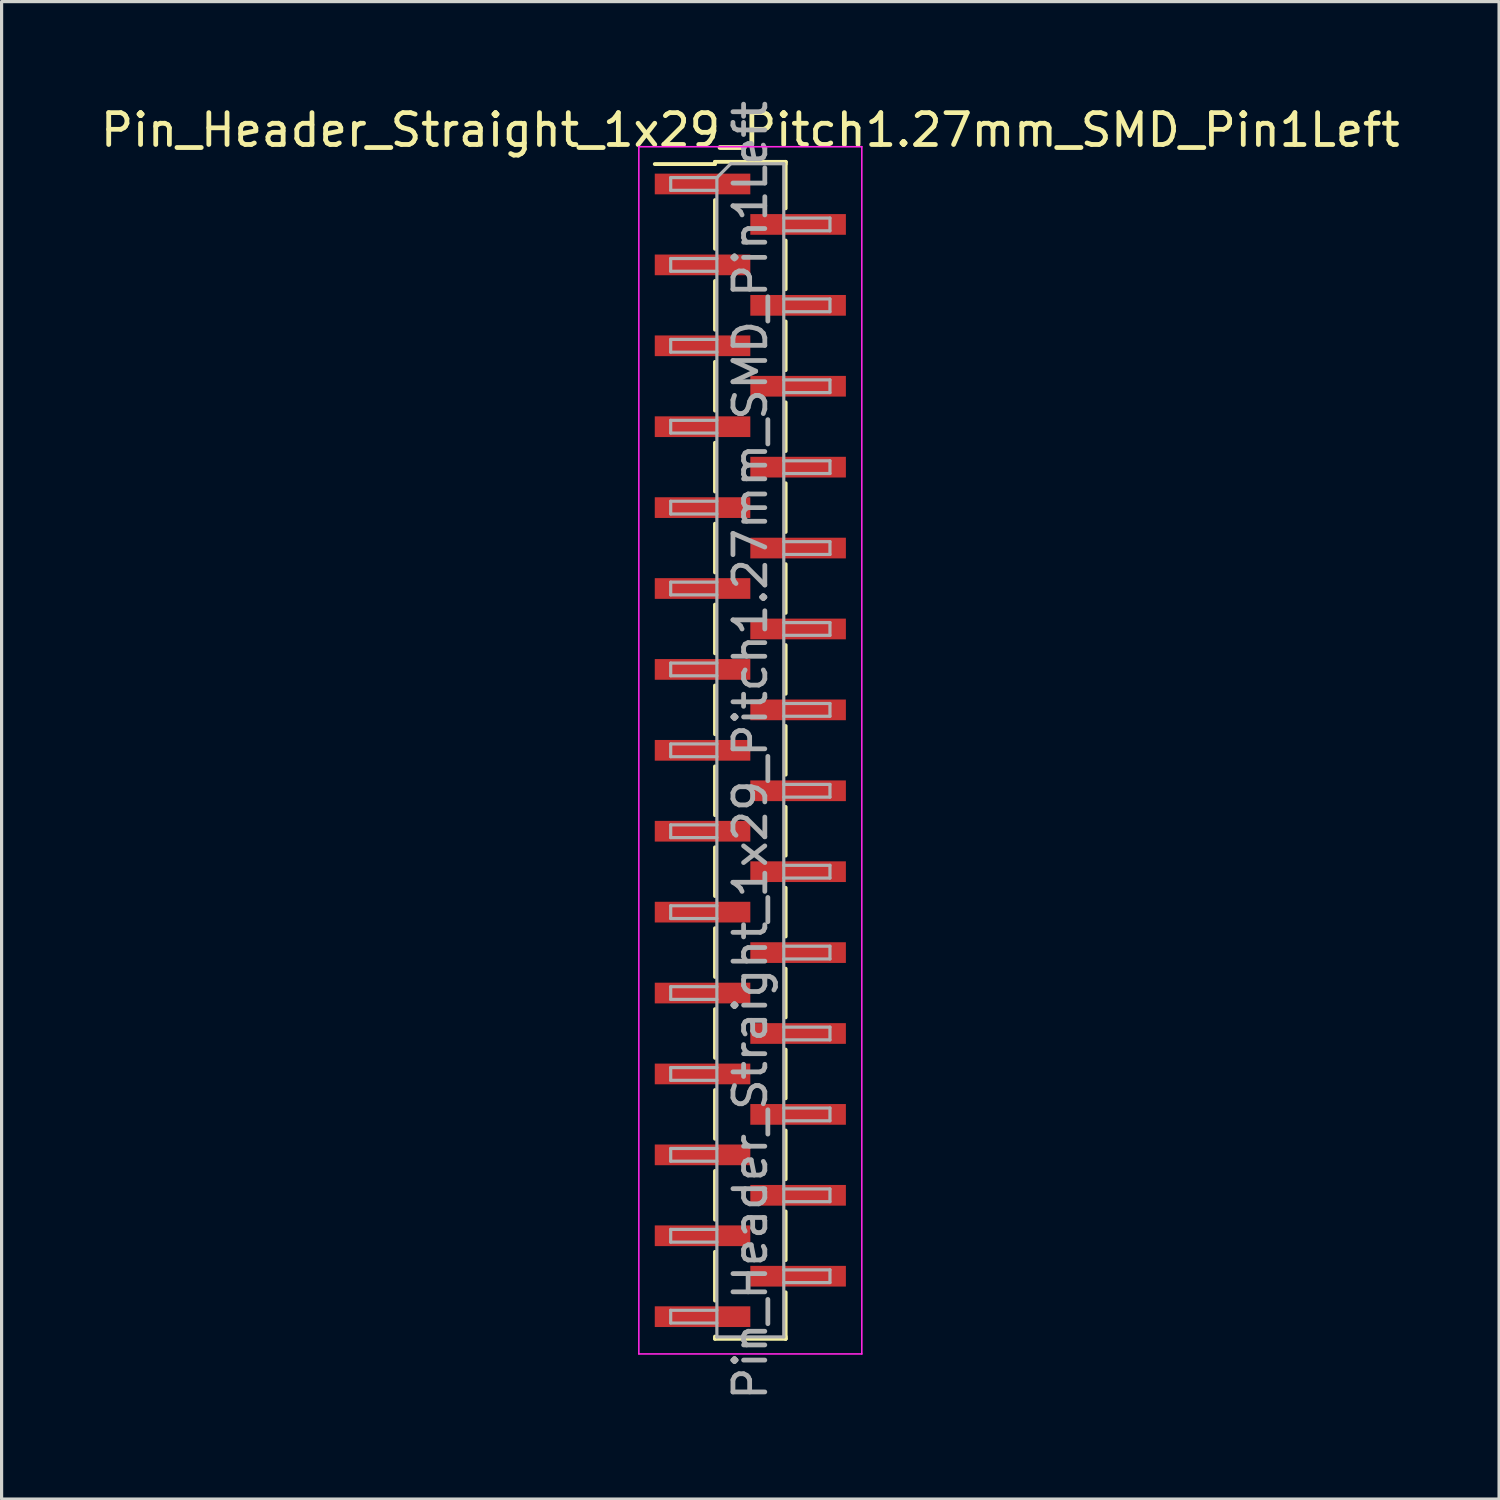
<source format=kicad_pcb>
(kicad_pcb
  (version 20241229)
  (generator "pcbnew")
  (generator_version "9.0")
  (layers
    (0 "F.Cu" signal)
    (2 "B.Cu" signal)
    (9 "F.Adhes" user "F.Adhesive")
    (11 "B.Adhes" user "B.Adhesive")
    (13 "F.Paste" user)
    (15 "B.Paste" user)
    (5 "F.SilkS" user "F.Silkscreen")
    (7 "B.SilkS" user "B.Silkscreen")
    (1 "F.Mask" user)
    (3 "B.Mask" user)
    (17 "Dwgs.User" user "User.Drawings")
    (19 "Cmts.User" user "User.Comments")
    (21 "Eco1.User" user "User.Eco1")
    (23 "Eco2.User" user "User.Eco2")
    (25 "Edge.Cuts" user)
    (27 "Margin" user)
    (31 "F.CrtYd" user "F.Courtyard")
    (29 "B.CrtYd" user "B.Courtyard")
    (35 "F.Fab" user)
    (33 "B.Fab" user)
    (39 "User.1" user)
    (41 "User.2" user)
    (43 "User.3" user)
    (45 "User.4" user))
  (footprint "Pin_Header_Straight_1x29_Pitch1.27mm_SMD_Pin1Left"
    (layer "F.Cu")
    (at 20.506 20.506)
    (property "Reference" "Pin_Header_Straight_1x29_Pitch1.27mm_SMD_Pin1Left" (at 0 -19.475 0) (layer "F.SilkS") (effects (font (size 1 1) (thickness 0.15))))
    (attr smd)
    (fp_line (start -1.11 -18.475) (end 1.11 -18.475) (stroke (width 0.12) (type solid)) (layer "F.SilkS"))
    (fp_line (start -1.11 -18.405) (end -3 -18.405) (stroke (width 0.12) (type solid)) (layer "F.SilkS"))
    (fp_line (start -1.11 -18.405) (end -1.11 -18.475) (stroke (width 0.12) (type solid)) (layer "F.SilkS"))
    (fp_line (start -1.11 -17.275) (end -1.11 -15.745) (stroke (width 0.12) (type solid)) (layer "F.SilkS"))
    (fp_line (start -1.11 -14.735) (end -1.11 -13.205) (stroke (width 0.12) (type solid)) (layer "F.SilkS"))
    (fp_line (start -1.11 -12.195) (end -1.11 -10.665) (stroke (width 0.12) (type solid)) (layer "F.SilkS"))
    (fp_line (start -1.11 -9.655) (end -1.11 -8.125) (stroke (width 0.12) (type solid)) (layer "F.SilkS"))
    (fp_line (start -1.11 -7.115) (end -1.11 -5.585) (stroke (width 0.12) (type solid)) (layer "F.SilkS"))
    (fp_line (start -1.11 -4.575) (end -1.11 -3.045) (stroke (width 0.12) (type solid)) (layer "F.SilkS"))
    (fp_line (start -1.11 -2.035) (end -1.11 -0.505) (stroke (width 0.12) (type solid)) (layer "F.SilkS"))
    (fp_line (start -1.11 0.505) (end -1.11 2.035) (stroke (width 0.12) (type solid)) (layer "F.SilkS"))
    (fp_line (start -1.11 3.045) (end -1.11 4.575) (stroke (width 0.12) (type solid)) (layer "F.SilkS"))
    (fp_line (start -1.11 5.585) (end -1.11 7.115) (stroke (width 0.12) (type solid)) (layer "F.SilkS"))
    (fp_line (start -1.11 8.125) (end -1.11 9.655) (stroke (width 0.12) (type solid)) (layer "F.SilkS"))
    (fp_line (start -1.11 10.665) (end -1.11 12.195) (stroke (width 0.12) (type solid)) (layer "F.SilkS"))
    (fp_line (start -1.11 13.205) (end -1.11 14.735) (stroke (width 0.12) (type solid)) (layer "F.SilkS"))
    (fp_line (start -1.11 15.745) (end -1.11 17.275) (stroke (width 0.12) (type solid)) (layer "F.SilkS"))
    (fp_line (start -1.11 18.405) (end -1.11 18.475) (stroke (width 0.12) (type solid)) (layer "F.SilkS"))
    (fp_line (start -1.11 18.475) (end 1.11 18.475) (stroke (width 0.12) (type solid)) (layer "F.SilkS"))
    (fp_line (start 1.11 -18.475) (end 1.11 -18.405) (stroke (width 0.12) (type solid)) (layer "F.SilkS"))
    (fp_line (start 1.11 -18.475) (end 1.11 -17.015) (stroke (width 0.12) (type solid)) (layer "F.SilkS"))
    (fp_line (start 1.11 -16.005) (end 1.11 -14.475) (stroke (width 0.12) (type solid)) (layer "F.SilkS"))
    (fp_line (start 1.11 -13.465) (end 1.11 -11.935) (stroke (width 0.12) (type solid)) (layer "F.SilkS"))
    (fp_line (start 1.11 -10.925) (end 1.11 -9.395) (stroke (width 0.12) (type solid)) (layer "F.SilkS"))
    (fp_line (start 1.11 -8.385) (end 1.11 -6.855) (stroke (width 0.12) (type solid)) (layer "F.SilkS"))
    (fp_line (start 1.11 -5.845) (end 1.11 -4.315) (stroke (width 0.12) (type solid)) (layer "F.SilkS"))
    (fp_line (start 1.11 -3.305) (end 1.11 -1.775) (stroke (width 0.12) (type solid)) (layer "F.SilkS"))
    (fp_line (start 1.11 -0.765) (end 1.11 0.765) (stroke (width 0.12) (type solid)) (layer "F.SilkS"))
    (fp_line (start 1.11 1.775) (end 1.11 3.305) (stroke (width 0.12) (type solid)) (layer "F.SilkS"))
    (fp_line (start 1.11 4.315) (end 1.11 5.845) (stroke (width 0.12) (type solid)) (layer "F.SilkS"))
    (fp_line (start 1.11 6.855) (end 1.11 8.385) (stroke (width 0.12) (type solid)) (layer "F.SilkS"))
    (fp_line (start 1.11 9.395) (end 1.11 10.925) (stroke (width 0.12) (type solid)) (layer "F.SilkS"))
    (fp_line (start 1.11 11.935) (end 1.11 13.465) (stroke (width 0.12) (type solid)) (layer "F.SilkS"))
    (fp_line (start 1.11 14.475) (end 1.11 16.005) (stroke (width 0.12) (type solid)) (layer "F.SilkS"))
    (fp_line (start 1.11 17.015) (end 1.11 18.475) (stroke (width 0.12) (type solid)) (layer "F.SilkS"))
    (fp_line (start 1.11 18.475) (end 1.11 18.405) (stroke (width 0.12) (type solid)) (layer "F.SilkS"))
    (fp_line (start -3.5 -18.95) (end -3.5 18.95) (stroke (width 0.05) (type solid)) (layer "F.CrtYd"))
    (fp_line (start -3.5 18.95) (end 3.5 18.95) (stroke (width 0.05) (type solid)) (layer "F.CrtYd"))
    (fp_line (start 3.5 -18.95) (end -3.5 -18.95) (stroke (width 0.05) (type solid)) (layer "F.CrtYd"))
    (fp_line (start 3.5 18.95) (end 3.5 -18.95) (stroke (width 0.05) (type solid)) (layer "F.CrtYd"))
    (fp_line (start -2.5 -17.98) (end -2.5 -17.58) (stroke (width 0.1) (type solid)) (layer "F.Fab"))
    (fp_line (start -2.5 -17.58) (end -1.05 -17.58) (stroke (width 0.1) (type solid)) (layer "F.Fab"))
    (fp_line (start -2.5 -15.44) (end -2.5 -15.04) (stroke (width 0.1) (type solid)) (layer "F.Fab"))
    (fp_line (start -2.5 -15.04) (end -1.05 -15.04) (stroke (width 0.1) (type solid)) (layer "F.Fab"))
    (fp_line (start -2.5 -12.9) (end -2.5 -12.5) (stroke (width 0.1) (type solid)) (layer "F.Fab"))
    (fp_line (start -2.5 -12.5) (end -1.05 -12.5) (stroke (width 0.1) (type solid)) (layer "F.Fab"))
    (fp_line (start -2.5 -10.36) (end -2.5 -9.96) (stroke (width 0.1) (type solid)) (layer "F.Fab"))
    (fp_line (start -2.5 -9.96) (end -1.05 -9.96) (stroke (width 0.1) (type solid)) (layer "F.Fab"))
    (fp_line (start -2.5 -7.82) (end -2.5 -7.42) (stroke (width 0.1) (type solid)) (layer "F.Fab"))
    (fp_line (start -2.5 -7.42) (end -1.05 -7.42) (stroke (width 0.1) (type solid)) (layer "F.Fab"))
    (fp_line (start -2.5 -5.28) (end -2.5 -4.88) (stroke (width 0.1) (type solid)) (layer "F.Fab"))
    (fp_line (start -2.5 -4.88) (end -1.05 -4.88) (stroke (width 0.1) (type solid)) (layer "F.Fab"))
    (fp_line (start -2.5 -2.74) (end -2.5 -2.34) (stroke (width 0.1) (type solid)) (layer "F.Fab"))
    (fp_line (start -2.5 -2.34) (end -1.05 -2.34) (stroke (width 0.1) (type solid)) (layer "F.Fab"))
    (fp_line (start -2.5 -0.2) (end -2.5 0.2) (stroke (width 0.1) (type solid)) (layer "F.Fab"))
    (fp_line (start -2.5 0.2) (end -1.05 0.2) (stroke (width 0.1) (type solid)) (layer "F.Fab"))
    (fp_line (start -2.5 2.34) (end -2.5 2.74) (stroke (width 0.1) (type solid)) (layer "F.Fab"))
    (fp_line (start -2.5 2.74) (end -1.05 2.74) (stroke (width 0.1) (type solid)) (layer "F.Fab"))
    (fp_line (start -2.5 4.88) (end -2.5 5.28) (stroke (width 0.1) (type solid)) (layer "F.Fab"))
    (fp_line (start -2.5 5.28) (end -1.05 5.28) (stroke (width 0.1) (type solid)) (layer "F.Fab"))
    (fp_line (start -2.5 7.42) (end -2.5 7.82) (stroke (width 0.1) (type solid)) (layer "F.Fab"))
    (fp_line (start -2.5 7.82) (end -1.05 7.82) (stroke (width 0.1) (type solid)) (layer "F.Fab"))
    (fp_line (start -2.5 9.96) (end -2.5 10.36) (stroke (width 0.1) (type solid)) (layer "F.Fab"))
    (fp_line (start -2.5 10.36) (end -1.05 10.36) (stroke (width 0.1) (type solid)) (layer "F.Fab"))
    (fp_line (start -2.5 12.5) (end -2.5 12.9) (stroke (width 0.1) (type solid)) (layer "F.Fab"))
    (fp_line (start -2.5 12.9) (end -1.05 12.9) (stroke (width 0.1) (type solid)) (layer "F.Fab"))
    (fp_line (start -2.5 15.04) (end -2.5 15.44) (stroke (width 0.1) (type solid)) (layer "F.Fab"))
    (fp_line (start -2.5 15.44) (end -1.05 15.44) (stroke (width 0.1) (type solid)) (layer "F.Fab"))
    (fp_line (start -2.5 17.58) (end -2.5 17.98) (stroke (width 0.1) (type solid)) (layer "F.Fab"))
    (fp_line (start -2.5 17.98) (end -1.05 17.98) (stroke (width 0.1) (type solid)) (layer "F.Fab"))
    (fp_line (start -1.05 -17.98) (end -2.5 -17.98) (stroke (width 0.1) (type solid)) (layer "F.Fab"))
    (fp_line (start -1.05 -17.98) (end -0.615 -18.415) (stroke (width 0.1) (type solid)) (layer "F.Fab"))
    (fp_line (start -1.05 -15.44) (end -2.5 -15.44) (stroke (width 0.1) (type solid)) (layer "F.Fab"))
    (fp_line (start -1.05 -12.9) (end -2.5 -12.9) (stroke (width 0.1) (type solid)) (layer "F.Fab"))
    (fp_line (start -1.05 -10.36) (end -2.5 -10.36) (stroke (width 0.1) (type solid)) (layer "F.Fab"))
    (fp_line (start -1.05 -7.82) (end -2.5 -7.82) (stroke (width 0.1) (type solid)) (layer "F.Fab"))
    (fp_line (start -1.05 -5.28) (end -2.5 -5.28) (stroke (width 0.1) (type solid)) (layer "F.Fab"))
    (fp_line (start -1.05 -2.74) (end -2.5 -2.74) (stroke (width 0.1) (type solid)) (layer "F.Fab"))
    (fp_line (start -1.05 -0.2) (end -2.5 -0.2) (stroke (width 0.1) (type solid)) (layer "F.Fab"))
    (fp_line (start -1.05 2.34) (end -2.5 2.34) (stroke (width 0.1) (type solid)) (layer "F.Fab"))
    (fp_line (start -1.05 4.88) (end -2.5 4.88) (stroke (width 0.1) (type solid)) (layer "F.Fab"))
    (fp_line (start -1.05 7.42) (end -2.5 7.42) (stroke (width 0.1) (type solid)) (layer "F.Fab"))
    (fp_line (start -1.05 9.96) (end -2.5 9.96) (stroke (width 0.1) (type solid)) (layer "F.Fab"))
    (fp_line (start -1.05 12.5) (end -2.5 12.5) (stroke (width 0.1) (type solid)) (layer "F.Fab"))
    (fp_line (start -1.05 15.04) (end -2.5 15.04) (stroke (width 0.1) (type solid)) (layer "F.Fab"))
    (fp_line (start -1.05 17.58) (end -2.5 17.58) (stroke (width 0.1) (type solid)) (layer "F.Fab"))
    (fp_line (start -1.05 18.415) (end -1.05 -17.98) (stroke (width 0.1) (type solid)) (layer "F.Fab"))
    (fp_line (start -0.615 -18.415) (end 1.05 -18.415) (stroke (width 0.1) (type solid)) (layer "F.Fab"))
    (fp_line (start 1.05 -18.415) (end 1.05 18.415) (stroke (width 0.1) (type solid)) (layer "F.Fab"))
    (fp_line (start 1.05 -16.71) (end 2.5 -16.71) (stroke (width 0.1) (type solid)) (layer "F.Fab"))
    (fp_line (start 1.05 -14.17) (end 2.5 -14.17) (stroke (width 0.1) (type solid)) (layer "F.Fab"))
    (fp_line (start 1.05 -11.63) (end 2.5 -11.63) (stroke (width 0.1) (type solid)) (layer "F.Fab"))
    (fp_line (start 1.05 -9.09) (end 2.5 -9.09) (stroke (width 0.1) (type solid)) (layer "F.Fab"))
    (fp_line (start 1.05 -6.55) (end 2.5 -6.55) (stroke (width 0.1) (type solid)) (layer "F.Fab"))
    (fp_line (start 1.05 -4.01) (end 2.5 -4.01) (stroke (width 0.1) (type solid)) (layer "F.Fab"))
    (fp_line (start 1.05 -1.47) (end 2.5 -1.47) (stroke (width 0.1) (type solid)) (layer "F.Fab"))
    (fp_line (start 1.05 1.07) (end 2.5 1.07) (stroke (width 0.1) (type solid)) (layer "F.Fab"))
    (fp_line (start 1.05 3.61) (end 2.5 3.61) (stroke (width 0.1) (type solid)) (layer "F.Fab"))
    (fp_line (start 1.05 6.15) (end 2.5 6.15) (stroke (width 0.1) (type solid)) (layer "F.Fab"))
    (fp_line (start 1.05 8.69) (end 2.5 8.69) (stroke (width 0.1) (type solid)) (layer "F.Fab"))
    (fp_line (start 1.05 11.23) (end 2.5 11.23) (stroke (width 0.1) (type solid)) (layer "F.Fab"))
    (fp_line (start 1.05 13.77) (end 2.5 13.77) (stroke (width 0.1) (type solid)) (layer "F.Fab"))
    (fp_line (start 1.05 16.31) (end 2.5 16.31) (stroke (width 0.1) (type solid)) (layer "F.Fab"))
    (fp_line (start 1.05 18.415) (end -1.05 18.415) (stroke (width 0.1) (type solid)) (layer "F.Fab"))
    (fp_line (start 2.5 -16.71) (end 2.5 -16.31) (stroke (width 0.1) (type solid)) (layer "F.Fab"))
    (fp_line (start 2.5 -16.31) (end 1.05 -16.31) (stroke (width 0.1) (type solid)) (layer "F.Fab"))
    (fp_line (start 2.5 -14.17) (end 2.5 -13.77) (stroke (width 0.1) (type solid)) (layer "F.Fab"))
    (fp_line (start 2.5 -13.77) (end 1.05 -13.77) (stroke (width 0.1) (type solid)) (layer "F.Fab"))
    (fp_line (start 2.5 -11.63) (end 2.5 -11.23) (stroke (width 0.1) (type solid)) (layer "F.Fab"))
    (fp_line (start 2.5 -11.23) (end 1.05 -11.23) (stroke (width 0.1) (type solid)) (layer "F.Fab"))
    (fp_line (start 2.5 -9.09) (end 2.5 -8.69) (stroke (width 0.1) (type solid)) (layer "F.Fab"))
    (fp_line (start 2.5 -8.69) (end 1.05 -8.69) (stroke (width 0.1) (type solid)) (layer "F.Fab"))
    (fp_line (start 2.5 -6.55) (end 2.5 -6.15) (stroke (width 0.1) (type solid)) (layer "F.Fab"))
    (fp_line (start 2.5 -6.15) (end 1.05 -6.15) (stroke (width 0.1) (type solid)) (layer "F.Fab"))
    (fp_line (start 2.5 -4.01) (end 2.5 -3.61) (stroke (width 0.1) (type solid)) (layer "F.Fab"))
    (fp_line (start 2.5 -3.61) (end 1.05 -3.61) (stroke (width 0.1) (type solid)) (layer "F.Fab"))
    (fp_line (start 2.5 -1.47) (end 2.5 -1.07) (stroke (width 0.1) (type solid)) (layer "F.Fab"))
    (fp_line (start 2.5 -1.07) (end 1.05 -1.07) (stroke (width 0.1) (type solid)) (layer "F.Fab"))
    (fp_line (start 2.5 1.07) (end 2.5 1.47) (stroke (width 0.1) (type solid)) (layer "F.Fab"))
    (fp_line (start 2.5 1.47) (end 1.05 1.47) (stroke (width 0.1) (type solid)) (layer "F.Fab"))
    (fp_line (start 2.5 3.61) (end 2.5 4.01) (stroke (width 0.1) (type solid)) (layer "F.Fab"))
    (fp_line (start 2.5 4.01) (end 1.05 4.01) (stroke (width 0.1) (type solid)) (layer "F.Fab"))
    (fp_line (start 2.5 6.15) (end 2.5 6.55) (stroke (width 0.1) (type solid)) (layer "F.Fab"))
    (fp_line (start 2.5 6.55) (end 1.05 6.55) (stroke (width 0.1) (type solid)) (layer "F.Fab"))
    (fp_line (start 2.5 8.69) (end 2.5 9.09) (stroke (width 0.1) (type solid)) (layer "F.Fab"))
    (fp_line (start 2.5 9.09) (end 1.05 9.09) (stroke (width 0.1) (type solid)) (layer "F.Fab"))
    (fp_line (start 2.5 11.23) (end 2.5 11.63) (stroke (width 0.1) (type solid)) (layer "F.Fab"))
    (fp_line (start 2.5 11.63) (end 1.05 11.63) (stroke (width 0.1) (type solid)) (layer "F.Fab"))
    (fp_line (start 2.5 13.77) (end 2.5 14.17) (stroke (width 0.1) (type solid)) (layer "F.Fab"))
    (fp_line (start 2.5 14.17) (end 1.05 14.17) (stroke (width 0.1) (type solid)) (layer "F.Fab"))
    (fp_line (start 2.5 16.31) (end 2.5 16.71) (stroke (width 0.1) (type solid)) (layer "F.Fab"))
    (fp_line (start 2.5 16.71) (end 1.05 16.71) (stroke (width 0.1) (type solid)) (layer "F.Fab"))
    (fp_text user "${REFERENCE}" (at 0 0 90) (layer "F.Fab") (effects (font (size 1 1) (thickness 0.15))))
    (pad "1" smd rect (at -1.5 -17.78) (size 3 0.65) (layers "F.Cu" "F.Mask" "F.Paste"))
    (pad "2" smd rect (at 1.5 -16.51) (size 3 0.65) (layers "F.Cu" "F.Mask" "F.Paste"))
    (pad "3" smd rect (at -1.5 -15.24) (size 3 0.65) (layers "F.Cu" "F.Mask" "F.Paste"))
    (pad "4" smd rect (at 1.5 -13.97) (size 3 0.65) (layers "F.Cu" "F.Mask" "F.Paste"))
    (pad "5" smd rect (at -1.5 -12.7) (size 3 0.65) (layers "F.Cu" "F.Mask" "F.Paste"))
    (pad "6" smd rect (at 1.5 -11.43) (size 3 0.65) (layers "F.Cu" "F.Mask" "F.Paste"))
    (pad "7" smd rect (at -1.5 -10.16) (size 3 0.65) (layers "F.Cu" "F.Mask" "F.Paste"))
    (pad "8" smd rect (at 1.5 -8.89) (size 3 0.65) (layers "F.Cu" "F.Mask" "F.Paste"))
    (pad "9" smd rect (at -1.5 -7.62) (size 3 0.65) (layers "F.Cu" "F.Mask" "F.Paste"))
    (pad "10" smd rect (at 1.5 -6.35) (size 3 0.65) (layers "F.Cu" "F.Mask" "F.Paste"))
    (pad "11" smd rect (at -1.5 -5.08) (size 3 0.65) (layers "F.Cu" "F.Mask" "F.Paste"))
    (pad "12" smd rect (at 1.5 -3.81) (size 3 0.65) (layers "F.Cu" "F.Mask" "F.Paste"))
    (pad "13" smd rect (at -1.5 -2.54) (size 3 0.65) (layers "F.Cu" "F.Mask" "F.Paste"))
    (pad "14" smd rect (at 1.5 -1.27) (size 3 0.65) (layers "F.Cu" "F.Mask" "F.Paste"))
    (pad "15" smd rect (at -1.5 0) (size 3 0.65) (layers "F.Cu" "F.Mask" "F.Paste"))
    (pad "16" smd rect (at 1.5 1.27) (size 3 0.65) (layers "F.Cu" "F.Mask" "F.Paste"))
    (pad "17" smd rect (at -1.5 2.54) (size 3 0.65) (layers "F.Cu" "F.Mask" "F.Paste"))
    (pad "18" smd rect (at 1.5 3.81) (size 3 0.65) (layers "F.Cu" "F.Mask" "F.Paste"))
    (pad "19" smd rect (at -1.5 5.08) (size 3 0.65) (layers "F.Cu" "F.Mask" "F.Paste"))
    (pad "20" smd rect (at 1.5 6.35) (size 3 0.65) (layers "F.Cu" "F.Mask" "F.Paste"))
    (pad "21" smd rect (at -1.5 7.62) (size 3 0.65) (layers "F.Cu" "F.Mask" "F.Paste"))
    (pad "22" smd rect (at 1.5 8.89) (size 3 0.65) (layers "F.Cu" "F.Mask" "F.Paste"))
    (pad "23" smd rect (at -1.5 10.16) (size 3 0.65) (layers "F.Cu" "F.Mask" "F.Paste"))
    (pad "24" smd rect (at 1.5 11.43) (size 3 0.65) (layers "F.Cu" "F.Mask" "F.Paste"))
    (pad "25" smd rect (at -1.5 12.7) (size 3 0.65) (layers "F.Cu" "F.Mask" "F.Paste"))
    (pad "26" smd rect (at 1.5 13.97) (size 3 0.65) (layers "F.Cu" "F.Mask" "F.Paste"))
    (pad "27" smd rect (at -1.5 15.24) (size 3 0.65) (layers "F.Cu" "F.Mask" "F.Paste"))
    (pad "28" smd rect (at 1.5 16.51) (size 3 0.65) (layers "F.Cu" "F.Mask" "F.Paste"))
    (pad "29" smd rect (at -1.5 17.78) (size 3 0.65) (layers "F.Cu" "F.Mask" "F.Paste")))
  (gr_rect
    (start -3 -3)
    (end 44.012 44.012)
    (stroke (width 0.1) (type default))
    (fill no)
    (layer "Edge.Cuts")))
</source>
